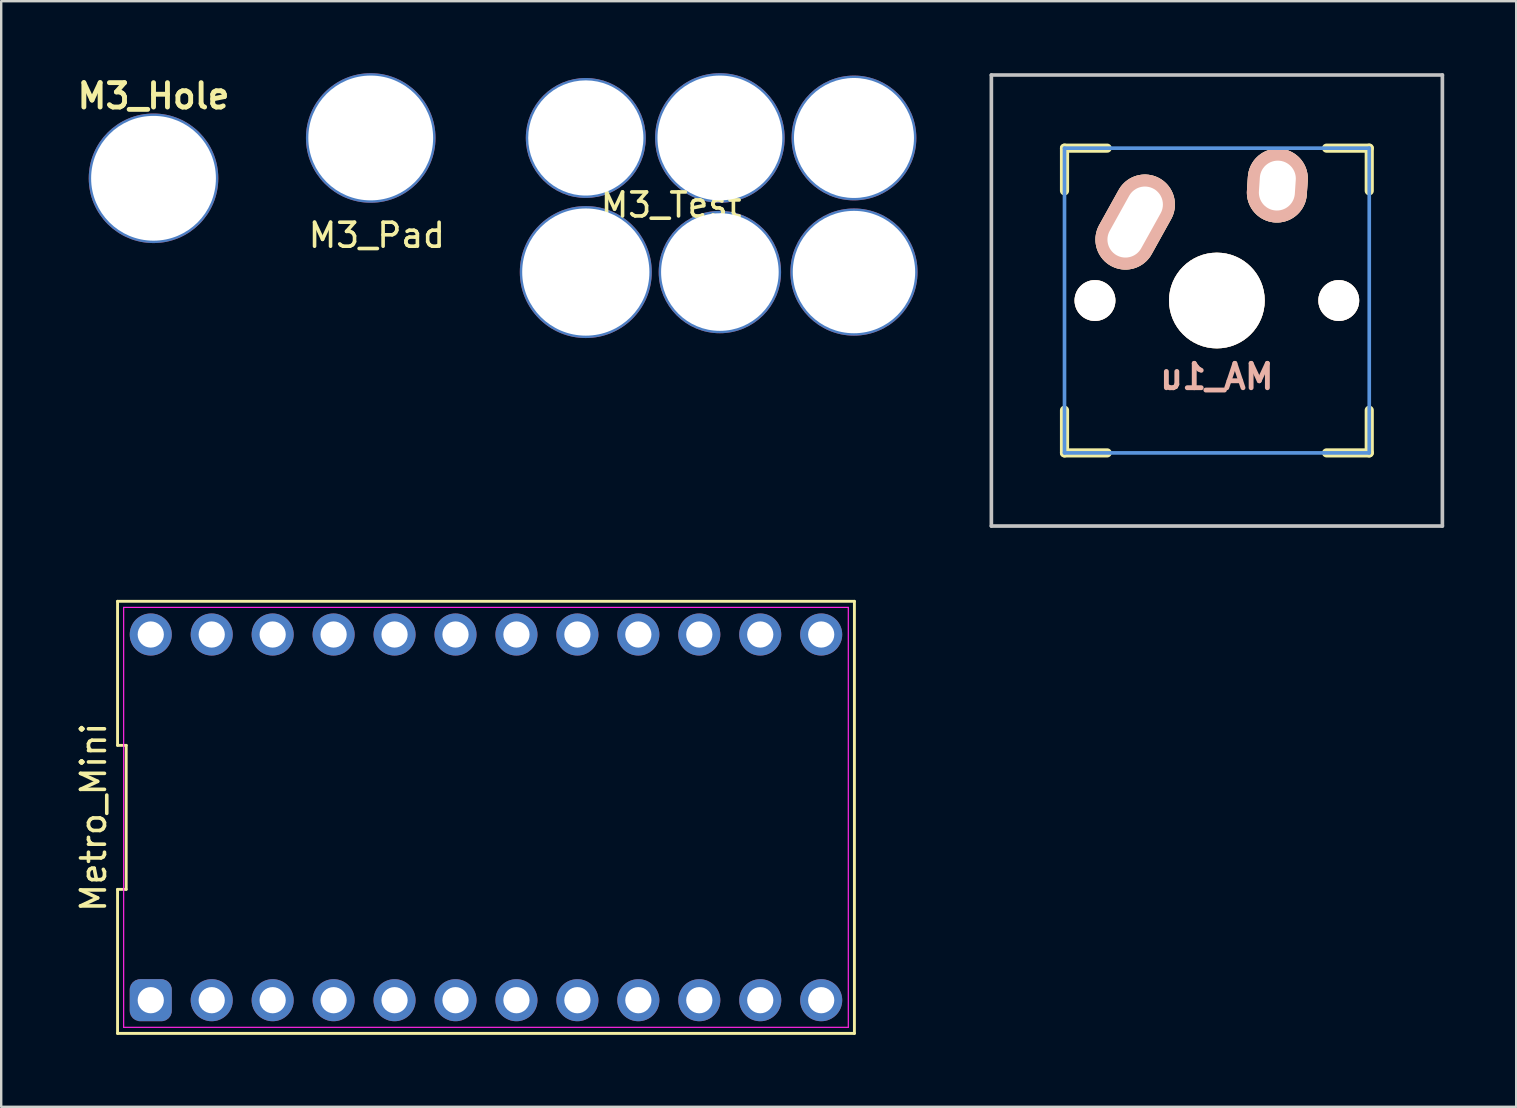
<source format=kicad_pcb>
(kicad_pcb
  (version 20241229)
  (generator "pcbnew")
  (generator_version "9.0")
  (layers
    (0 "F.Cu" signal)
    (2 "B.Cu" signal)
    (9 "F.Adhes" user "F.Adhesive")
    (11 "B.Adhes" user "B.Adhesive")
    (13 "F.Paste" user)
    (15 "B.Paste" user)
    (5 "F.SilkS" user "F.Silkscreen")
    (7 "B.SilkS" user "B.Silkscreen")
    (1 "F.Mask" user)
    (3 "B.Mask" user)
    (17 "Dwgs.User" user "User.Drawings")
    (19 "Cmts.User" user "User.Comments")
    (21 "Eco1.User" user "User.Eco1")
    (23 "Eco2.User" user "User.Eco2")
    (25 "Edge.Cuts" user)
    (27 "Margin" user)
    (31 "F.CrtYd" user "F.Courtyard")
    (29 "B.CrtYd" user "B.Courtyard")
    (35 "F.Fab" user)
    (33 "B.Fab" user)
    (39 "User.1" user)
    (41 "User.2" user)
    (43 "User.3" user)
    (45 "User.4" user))
  (footprint "MA_1u"
    (layer "F.Cu")
    (at 47.663 9.474)
    (property "Reference" "MA_1u" (at 0 3.175 0) (layer "B.SilkS") (effects (font (size 1.016 1.016) (thickness 0.203)) (justify mirror)))
    (property "Value" "${VALUE}" (at 5.334 10.922 0) (layer "F.Fab") (hide yes) (effects (font (size 1.016 1.016) (thickness 0.203))))
    (attr through_hole)
    (fp_line (start -6.35 -6.35) (end -4.572 -6.35) (stroke (width 0.381) (type solid)) (layer "F.SilkS"))
    (fp_line (start -6.35 -4.572) (end -6.35 -6.35) (stroke (width 0.381) (type solid)) (layer "F.SilkS"))
    (fp_line (start -6.35 6.35) (end -6.35 4.572) (stroke (width 0.381) (type solid)) (layer "F.SilkS"))
    (fp_line (start -4.572 6.35) (end -6.35 6.35) (stroke (width 0.381) (type solid)) (layer "F.SilkS"))
    (fp_line (start 4.572 -6.35) (end 6.35 -6.35) (stroke (width 0.381) (type solid)) (layer "F.SilkS"))
    (fp_line (start 6.35 -6.35) (end 6.35 -4.572) (stroke (width 0.381) (type solid)) (layer "F.SilkS"))
    (fp_line (start 6.35 4.572) (end 6.35 6.35) (stroke (width 0.381) (type solid)) (layer "F.SilkS"))
    (fp_line (start 6.35 6.35) (end 4.572 6.35) (stroke (width 0.381) (type solid)) (layer "F.SilkS"))
    (fp_line (start -9.398 -9.398) (end 9.398 -9.398) (stroke (width 0.152) (type solid)) (layer "Dwgs.User"))
    (fp_line (start -9.398 9.398) (end -9.398 -9.398) (stroke (width 0.152) (type solid)) (layer "Dwgs.User"))
    (fp_line (start 9.398 -9.398) (end 9.398 9.398) (stroke (width 0.152) (type solid)) (layer "Dwgs.User"))
    (fp_line (start 9.398 9.398) (end -9.398 9.398) (stroke (width 0.152) (type solid)) (layer "Dwgs.User"))
    (fp_line (start -6.35 -6.35) (end 6.35 -6.35) (stroke (width 0.152) (type solid)) (layer "Cmts.User"))
    (fp_line (start -6.35 6.35) (end -6.35 -6.35) (stroke (width 0.152) (type solid)) (layer "Cmts.User"))
    (fp_line (start 6.35 -6.35) (end 6.35 6.35) (stroke (width 0.152) (type solid)) (layer "Cmts.User"))
    (fp_line (start 6.35 6.35) (end -6.35 6.35) (stroke (width 0.152) (type solid)) (layer "Cmts.User"))
    (fp_line (start -6.985 -6.985) (end 6.985 -6.985) (stroke (width 0.152) (type solid)) (layer "Eco2.User"))
    (fp_line (start -6.985 6.985) (end -6.985 -6.985) (stroke (width 0.152) (type solid)) (layer "Eco2.User"))
    (fp_line (start 6.985 -6.985) (end 6.985 6.985) (stroke (width 0.152) (type solid)) (layer "Eco2.User"))
    (fp_line (start 6.985 6.985) (end -6.985 6.985) (stroke (width 0.152) (type solid)) (layer "Eco2.User"))
    (pad "" np_thru_hole circle (at -5.08 0) (size 1.702 1.702) (drill 1.702) (layers "*.Cu" "*.SilkS" "*.Mask"))
    (pad "" np_thru_hole circle (at 0 0) (size 3.988 3.988) (drill 3.988) (layers "*.Cu" "*.SilkS" "*.Mask"))
    (pad "" np_thru_hole circle (at 5.08 0) (size 1.702 1.702) (drill 1.702) (layers "*.Cu" "*.SilkS" "*.Mask"))
    (pad "SW1" thru_hole oval (at -3.405 -3.27 330.95) (size 2.5 4.17) (drill oval 1.5 3.17) (layers "*.Cu" "*.SilkS" "*.Mask"))
    (pad "SW2" thru_hole oval (at 2.52 -4.79 356.1) (size 2.5 3.08) (drill oval 1.5 2.08) (layers "*.Cu" "*.SilkS" "*.Mask")))
  (footprint "Metro_Mini"
    (layer "F.Cu")
    (at 17.203 31.013)
    (property "Reference" "Metro_Mini" (at -16.354 0 90) (layer "F.SilkS") (effects (font (size 1 1) (thickness 0.15))))
    (attr through_hole)
    (fp_line (start -15.354 -9.004) (end -15.354 -3.001) (stroke (width 0.12) (type solid)) (layer "F.SilkS"))
    (fp_line (start -15.354 -3.001) (end -14.994 -3.001) (stroke (width 0.12) (type solid)) (layer "F.SilkS"))
    (fp_line (start -15.354 3.001) (end -15.354 9.004) (stroke (width 0.12) (type solid)) (layer "F.SilkS"))
    (fp_line (start -15.354 9.004) (end 15.354 9.004) (stroke (width 0.12) (type solid)) (layer "F.SilkS"))
    (fp_line (start -14.994 -3.001) (end -14.994 3.001) (stroke (width 0.12) (type solid)) (layer "F.SilkS"))
    (fp_line (start -14.994 3.001) (end -15.354 3.001) (stroke (width 0.12) (type solid)) (layer "F.SilkS"))
    (fp_line (start 15.354 -9.004) (end -15.354 -9.004) (stroke (width 0.12) (type solid)) (layer "F.SilkS"))
    (fp_line (start 15.354 9.004) (end 15.354 -9.004) (stroke (width 0.12) (type solid)) (layer "F.SilkS"))
    (fp_line (start -15.1 -8.75) (end 15.1 -8.75) (stroke (width 0.05) (type solid)) (layer "F.CrtYd"))
    (fp_line (start -15.1 8.75) (end -15.1 -8.75) (stroke (width 0.05) (type solid)) (layer "F.CrtYd"))
    (fp_line (start 15.1 -8.75) (end 15.1 8.75) (stroke (width 0.05) (type solid)) (layer "F.CrtYd"))
    (fp_line (start 15.1 8.75) (end -15.1 8.75) (stroke (width 0.05) (type solid)) (layer "F.CrtYd"))
    (pad "1" thru_hole roundrect (at -13.97 7.62) (size 1.753 1.753) (drill 1.092) (layers "*.Cu" "*.Mask") (roundrect_rratio 0.25))
    (pad "2" thru_hole circle (at -11.43 7.62) (size 1.753 1.753) (drill 1.092) (layers "*.Cu" "*.Mask"))
    (pad "3" thru_hole circle (at -8.89 7.62) (size 1.753 1.753) (drill 1.092) (layers "*.Cu" "*.Mask"))
    (pad "4" thru_hole circle (at -6.35 7.62) (size 1.753 1.753) (drill 1.092) (layers "*.Cu" "*.Mask"))
    (pad "5" thru_hole circle (at -3.81 7.62) (size 1.753 1.753) (drill 1.092) (layers "*.Cu" "*.Mask"))
    (pad "6" thru_hole circle (at -1.27 7.62) (size 1.753 1.753) (drill 1.092) (layers "*.Cu" "*.Mask"))
    (pad "7" thru_hole circle (at 1.27 7.62) (size 1.753 1.753) (drill 1.092) (layers "*.Cu" "*.Mask"))
    (pad "8" thru_hole circle (at 3.81 7.62) (size 1.753 1.753) (drill 1.092) (layers "*.Cu" "*.Mask"))
    (pad "9" thru_hole circle (at 6.35 7.62) (size 1.753 1.753) (drill 1.092) (layers "*.Cu" "*.Mask"))
    (pad "10" thru_hole circle (at 8.89 7.62) (size 1.753 1.753) (drill 1.092) (layers "*.Cu" "*.Mask"))
    (pad "11" thru_hole circle (at 11.43 7.62) (size 1.753 1.753) (drill 1.092) (layers "*.Cu" "*.Mask"))
    (pad "12" thru_hole circle (at 13.97 7.62) (size 1.753 1.753) (drill 1.092) (layers "*.Cu" "*.Mask"))
    (pad "13" thru_hole circle (at 13.97 -7.62) (size 1.753 1.753) (drill 1.092) (layers "*.Cu" "*.Mask"))
    (pad "14" thru_hole circle (at 11.43 -7.62) (size 1.753 1.753) (drill 1.092) (layers "*.Cu" "*.Mask"))
    (pad "15" thru_hole circle (at 8.89 -7.62) (size 1.753 1.753) (drill 1.092) (layers "*.Cu" "*.Mask"))
    (pad "16" thru_hole circle (at 6.35 -7.62) (size 1.753 1.753) (drill 1.092) (layers "*.Cu" "*.Mask"))
    (pad "17" thru_hole circle (at 3.81 -7.62) (size 1.753 1.753) (drill 1.092) (layers "*.Cu" "*.Mask"))
    (pad "18" thru_hole circle (at 1.27 -7.62) (size 1.753 1.753) (drill 1.092) (layers "*.Cu" "*.Mask"))
    (pad "19" thru_hole circle (at -1.27 -7.62) (size 1.753 1.753) (drill 1.092) (layers "*.Cu" "*.Mask"))
    (pad "20" thru_hole circle (at -3.81 -7.62) (size 1.753 1.753) (drill 1.092) (layers "*.Cu" "*.Mask"))
    (pad "21" thru_hole circle (at -6.35 -7.62) (size 1.753 1.753) (drill 1.092) (layers "*.Cu" "*.Mask"))
    (pad "22" thru_hole circle (at -8.89 -7.62) (size 1.753 1.753) (drill 1.092) (layers "*.Cu" "*.Mask"))
    (pad "23" thru_hole circle (at -11.43 -7.62) (size 1.753 1.753) (drill 1.092) (layers "*.Cu" "*.Mask"))
    (pad "24" thru_hole circle (at -13.97 -7.62) (size 1.753 1.753) (drill 1.092) (layers "*.Cu" "*.Mask")))
  (footprint "M3_Hole"
    (layer "F.Cu")
    (at 3.348 4.38)
    (property "Reference" "M3_Hole" (at 0 -3.429 0) (layer "F.SilkS") (effects (font (size 1.016 1.016) (thickness 0.203))))
    (property "Value" "${VALUE}" (at 0 3.429 0) (layer "F.Fab") (hide yes) (effects (font (size 1.016 1.016) (thickness 0.203))))
    (attr through_hole)
    (pad "1" thru_hole circle (at 0 0) (size 5.4 5.4) (drill 5.2) (layers "*.Cu" "*.Mask")))
  (footprint "M3_Test"
    (layer "F.Cu")
    (at 23.649 6.764)
    (property "Reference" "M3_Test" (at 1.27 -1.27 0) (layer "F.SilkS") (effects (font (size 1 1) (thickness 0.15))))
    (property "Value" "${VALUE}" (at 6.604 -1.27 0) (layer "F.Fab") (hide yes) (effects (font (size 1 1) (thickness 0.15))))
    (attr through_hole)
    (pad "1" thru_hole circle (at -2.286 -4.064) (size 5 5) (drill 4.8) (layers "*.Cu" "*.Mask"))
    (pad "2" thru_hole circle (at 3.302 1.524) (size 5.1 5.1) (drill 4.9) (layers "*.Cu" "*.Mask"))
    (pad "3" thru_hole circle (at 8.89 -4.064) (size 5.2 5.2) (drill 5) (layers "*.Cu" "*.Mask"))
    (pad "4" thru_hole circle (at 8.89 1.524) (size 5.3 5.3) (drill 5.1) (layers "*.Cu" "*.Mask"))
    (pad "5" thru_hole circle (at 3.302 -4.064) (size 5.4 5.4) (drill 5.2) (layers "*.Cu" "*.Mask"))
    (pad "6" thru_hole circle (at -2.286 1.524) (size 5.5 5.5) (drill 5.3) (layers "*.Cu" "*.Mask")))
  (footprint "M3_Pad"
    (layer "F.Cu")
    (at 12.654 6.256)
    (property "Reference" "M3_Pad" (at 0 0.5 0) (layer "F.SilkS") (effects (font (size 1 1) (thickness 0.15))))
    (property "Value" "${VALUE}" (at 0 -0.5 0) (layer "F.Fab") (hide yes) (effects (font (size 1 1) (thickness 0.15))))
    (attr through_hole)
    (pad "1" thru_hole circle (at -0.254 -3.556) (size 5.4 5.4) (drill 5.2) (layers "*.Cu" "*.Mask")))
  (gr_rect
    (start -3 -3)
    (end 60.137 43.077)
    (stroke (width 0.1) (type default))
    (fill no)
    (layer "Edge.Cuts")))
</source>
